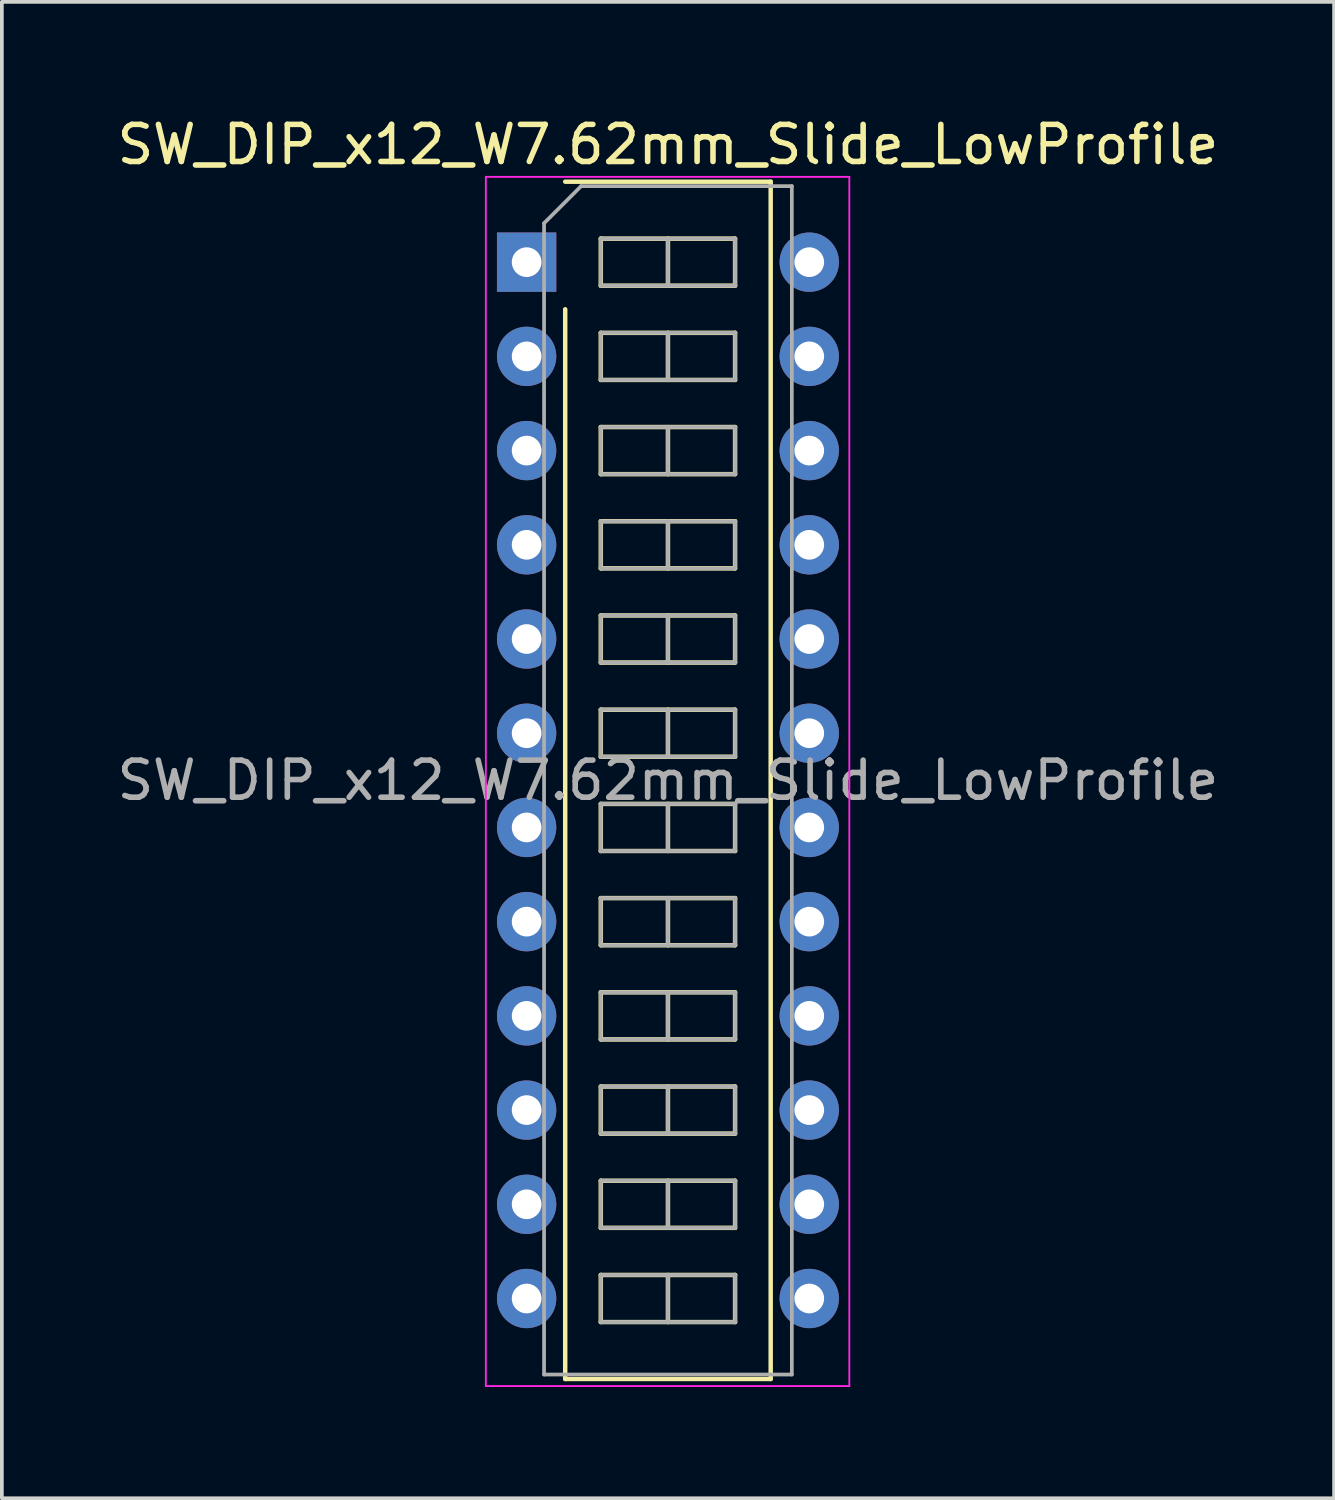
<source format=kicad_pcb>
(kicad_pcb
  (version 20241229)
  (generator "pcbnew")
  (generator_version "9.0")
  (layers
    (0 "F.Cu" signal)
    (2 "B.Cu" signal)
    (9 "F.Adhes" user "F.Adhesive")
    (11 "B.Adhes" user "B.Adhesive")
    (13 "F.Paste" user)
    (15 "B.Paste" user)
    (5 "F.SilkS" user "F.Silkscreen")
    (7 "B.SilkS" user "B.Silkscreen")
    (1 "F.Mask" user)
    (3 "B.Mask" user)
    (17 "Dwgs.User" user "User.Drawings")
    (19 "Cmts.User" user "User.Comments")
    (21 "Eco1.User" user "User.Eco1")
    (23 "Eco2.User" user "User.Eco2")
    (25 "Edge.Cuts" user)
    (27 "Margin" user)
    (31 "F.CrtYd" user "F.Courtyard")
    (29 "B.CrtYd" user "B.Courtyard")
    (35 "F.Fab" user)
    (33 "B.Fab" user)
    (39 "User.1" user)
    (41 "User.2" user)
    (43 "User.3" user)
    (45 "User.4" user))
  (footprint "SW_DIP_x12_W7.62mm_Slide_LowProfile"
    (layer "F.Cu")
    (at 11.148 4.018)
    (property "Reference" "SW_DIP_x12_W7.62mm_Slide_LowProfile" (at 3.81 -3.17 0) (layer "F.SilkS") (effects (font (size 1 1) (thickness 0.15))))
    (attr through_hole)
    (fp_line (start 1.04 -2.17) (end 6.58 -2.17) (stroke (width 0.12) (type solid)) (layer "F.SilkS"))
    (fp_line (start 1.04 30.11) (end 1.04 1.27) (stroke (width 0.12) (type solid)) (layer "F.SilkS"))
    (fp_line (start 2 -0.635) (end 2 0.635) (stroke (width 0.12) (type solid)) (layer "F.SilkS"))
    (fp_line (start 2 0.635) (end 5.62 0.635) (stroke (width 0.12) (type solid)) (layer "F.SilkS"))
    (fp_line (start 2 1.905) (end 2 3.175) (stroke (width 0.12) (type solid)) (layer "F.SilkS"))
    (fp_line (start 2 3.175) (end 5.62 3.175) (stroke (width 0.12) (type solid)) (layer "F.SilkS"))
    (fp_line (start 2 4.445) (end 2 5.715) (stroke (width 0.12) (type solid)) (layer "F.SilkS"))
    (fp_line (start 2 5.715) (end 5.62 5.715) (stroke (width 0.12) (type solid)) (layer "F.SilkS"))
    (fp_line (start 2 6.985) (end 2 8.255) (stroke (width 0.12) (type solid)) (layer "F.SilkS"))
    (fp_line (start 2 8.255) (end 5.62 8.255) (stroke (width 0.12) (type solid)) (layer "F.SilkS"))
    (fp_line (start 2 9.525) (end 2 10.795) (stroke (width 0.12) (type solid)) (layer "F.SilkS"))
    (fp_line (start 2 10.795) (end 5.62 10.795) (stroke (width 0.12) (type solid)) (layer "F.SilkS"))
    (fp_line (start 2 12.065) (end 2 13.335) (stroke (width 0.12) (type solid)) (layer "F.SilkS"))
    (fp_line (start 2 13.335) (end 5.62 13.335) (stroke (width 0.12) (type solid)) (layer "F.SilkS"))
    (fp_line (start 2 14.605) (end 2 15.875) (stroke (width 0.12) (type solid)) (layer "F.SilkS"))
    (fp_line (start 2 15.875) (end 5.62 15.875) (stroke (width 0.12) (type solid)) (layer "F.SilkS"))
    (fp_line (start 2 17.145) (end 2 18.415) (stroke (width 0.12) (type solid)) (layer "F.SilkS"))
    (fp_line (start 2 18.415) (end 5.62 18.415) (stroke (width 0.12) (type solid)) (layer "F.SilkS"))
    (fp_line (start 2 19.685) (end 2 20.955) (stroke (width 0.12) (type solid)) (layer "F.SilkS"))
    (fp_line (start 2 20.955) (end 5.62 20.955) (stroke (width 0.12) (type solid)) (layer "F.SilkS"))
    (fp_line (start 2 22.225) (end 2 23.495) (stroke (width 0.12) (type solid)) (layer "F.SilkS"))
    (fp_line (start 2 23.495) (end 5.62 23.495) (stroke (width 0.12) (type solid)) (layer "F.SilkS"))
    (fp_line (start 2 24.765) (end 2 26.035) (stroke (width 0.12) (type solid)) (layer "F.SilkS"))
    (fp_line (start 2 26.035) (end 5.62 26.035) (stroke (width 0.12) (type solid)) (layer "F.SilkS"))
    (fp_line (start 2 27.305) (end 2 28.575) (stroke (width 0.12) (type solid)) (layer "F.SilkS"))
    (fp_line (start 2 28.575) (end 5.62 28.575) (stroke (width 0.12) (type solid)) (layer "F.SilkS"))
    (fp_line (start 3.81 -0.635) (end 3.81 0.635) (stroke (width 0.12) (type solid)) (layer "F.SilkS"))
    (fp_line (start 3.81 1.905) (end 3.81 3.175) (stroke (width 0.12) (type solid)) (layer "F.SilkS"))
    (fp_line (start 3.81 4.445) (end 3.81 5.715) (stroke (width 0.12) (type solid)) (layer "F.SilkS"))
    (fp_line (start 3.81 6.985) (end 3.81 8.255) (stroke (width 0.12) (type solid)) (layer "F.SilkS"))
    (fp_line (start 3.81 9.525) (end 3.81 10.795) (stroke (width 0.12) (type solid)) (layer "F.SilkS"))
    (fp_line (start 3.81 12.065) (end 3.81 13.335) (stroke (width 0.12) (type solid)) (layer "F.SilkS"))
    (fp_line (start 3.81 14.605) (end 3.81 15.875) (stroke (width 0.12) (type solid)) (layer "F.SilkS"))
    (fp_line (start 3.81 17.145) (end 3.81 18.415) (stroke (width 0.12) (type solid)) (layer "F.SilkS"))
    (fp_line (start 3.81 19.685) (end 3.81 20.955) (stroke (width 0.12) (type solid)) (layer "F.SilkS"))
    (fp_line (start 3.81 22.225) (end 3.81 23.495) (stroke (width 0.12) (type solid)) (layer "F.SilkS"))
    (fp_line (start 3.81 24.765) (end 3.81 26.035) (stroke (width 0.12) (type solid)) (layer "F.SilkS"))
    (fp_line (start 3.81 27.305) (end 3.81 28.575) (stroke (width 0.12) (type solid)) (layer "F.SilkS"))
    (fp_line (start 5.62 -0.635) (end 2 -0.635) (stroke (width 0.12) (type solid)) (layer "F.SilkS"))
    (fp_line (start 5.62 0.635) (end 5.62 -0.635) (stroke (width 0.12) (type solid)) (layer "F.SilkS"))
    (fp_line (start 5.62 1.905) (end 2 1.905) (stroke (width 0.12) (type solid)) (layer "F.SilkS"))
    (fp_line (start 5.62 3.175) (end 5.62 1.905) (stroke (width 0.12) (type solid)) (layer "F.SilkS"))
    (fp_line (start 5.62 4.445) (end 2 4.445) (stroke (width 0.12) (type solid)) (layer "F.SilkS"))
    (fp_line (start 5.62 5.715) (end 5.62 4.445) (stroke (width 0.12) (type solid)) (layer "F.SilkS"))
    (fp_line (start 5.62 6.985) (end 2 6.985) (stroke (width 0.12) (type solid)) (layer "F.SilkS"))
    (fp_line (start 5.62 8.255) (end 5.62 6.985) (stroke (width 0.12) (type solid)) (layer "F.SilkS"))
    (fp_line (start 5.62 9.525) (end 2 9.525) (stroke (width 0.12) (type solid)) (layer "F.SilkS"))
    (fp_line (start 5.62 10.795) (end 5.62 9.525) (stroke (width 0.12) (type solid)) (layer "F.SilkS"))
    (fp_line (start 5.62 12.065) (end 2 12.065) (stroke (width 0.12) (type solid)) (layer "F.SilkS"))
    (fp_line (start 5.62 13.335) (end 5.62 12.065) (stroke (width 0.12) (type solid)) (layer "F.SilkS"))
    (fp_line (start 5.62 14.605) (end 2 14.605) (stroke (width 0.12) (type solid)) (layer "F.SilkS"))
    (fp_line (start 5.62 15.875) (end 5.62 14.605) (stroke (width 0.12) (type solid)) (layer "F.SilkS"))
    (fp_line (start 5.62 17.145) (end 2 17.145) (stroke (width 0.12) (type solid)) (layer "F.SilkS"))
    (fp_line (start 5.62 18.415) (end 5.62 17.145) (stroke (width 0.12) (type solid)) (layer "F.SilkS"))
    (fp_line (start 5.62 19.685) (end 2 19.685) (stroke (width 0.12) (type solid)) (layer "F.SilkS"))
    (fp_line (start 5.62 20.955) (end 5.62 19.685) (stroke (width 0.12) (type solid)) (layer "F.SilkS"))
    (fp_line (start 5.62 22.225) (end 2 22.225) (stroke (width 0.12) (type solid)) (layer "F.SilkS"))
    (fp_line (start 5.62 23.495) (end 5.62 22.225) (stroke (width 0.12) (type solid)) (layer "F.SilkS"))
    (fp_line (start 5.62 24.765) (end 2 24.765) (stroke (width 0.12) (type solid)) (layer "F.SilkS"))
    (fp_line (start 5.62 26.035) (end 5.62 24.765) (stroke (width 0.12) (type solid)) (layer "F.SilkS"))
    (fp_line (start 5.62 27.305) (end 2 27.305) (stroke (width 0.12) (type solid)) (layer "F.SilkS"))
    (fp_line (start 5.62 28.575) (end 5.62 27.305) (stroke (width 0.12) (type solid)) (layer "F.SilkS"))
    (fp_line (start 6.58 -2.17) (end 6.58 30.11) (stroke (width 0.12) (type solid)) (layer "F.SilkS"))
    (fp_line (start 6.58 30.11) (end 1.04 30.11) (stroke (width 0.12) (type solid)) (layer "F.SilkS"))
    (fp_line (start -1.1 -2.3) (end -1.1 30.3) (stroke (width 0.05) (type solid)) (layer "F.CrtYd"))
    (fp_line (start -1.1 30.3) (end 8.7 30.3) (stroke (width 0.05) (type solid)) (layer "F.CrtYd"))
    (fp_line (start 8.7 -2.3) (end -1.1 -2.3) (stroke (width 0.05) (type solid)) (layer "F.CrtYd"))
    (fp_line (start 8.7 30.3) (end 8.7 -2.3) (stroke (width 0.05) (type solid)) (layer "F.CrtYd"))
    (fp_line (start 0.47 -1.05) (end 1.47 -2.05) (stroke (width 0.1) (type solid)) (layer "F.Fab"))
    (fp_line (start 0.47 29.99) (end 0.47 -1.05) (stroke (width 0.1) (type solid)) (layer "F.Fab"))
    (fp_line (start 1.47 -2.05) (end 7.15 -2.05) (stroke (width 0.1) (type solid)) (layer "F.Fab"))
    (fp_line (start 2 -0.635) (end 2 0.635) (stroke (width 0.1) (type solid)) (layer "F.Fab"))
    (fp_line (start 2 0.635) (end 5.62 0.635) (stroke (width 0.1) (type solid)) (layer "F.Fab"))
    (fp_line (start 2 1.905) (end 2 3.175) (stroke (width 0.1) (type solid)) (layer "F.Fab"))
    (fp_line (start 2 3.175) (end 5.62 3.175) (stroke (width 0.1) (type solid)) (layer "F.Fab"))
    (fp_line (start 2 4.445) (end 2 5.715) (stroke (width 0.1) (type solid)) (layer "F.Fab"))
    (fp_line (start 2 5.715) (end 5.62 5.715) (stroke (width 0.1) (type solid)) (layer "F.Fab"))
    (fp_line (start 2 6.985) (end 2 8.255) (stroke (width 0.1) (type solid)) (layer "F.Fab"))
    (fp_line (start 2 8.255) (end 5.62 8.255) (stroke (width 0.1) (type solid)) (layer "F.Fab"))
    (fp_line (start 2 9.525) (end 2 10.795) (stroke (width 0.1) (type solid)) (layer "F.Fab"))
    (fp_line (start 2 10.795) (end 5.62 10.795) (stroke (width 0.1) (type solid)) (layer "F.Fab"))
    (fp_line (start 2 12.065) (end 2 13.335) (stroke (width 0.1) (type solid)) (layer "F.Fab"))
    (fp_line (start 2 13.335) (end 5.62 13.335) (stroke (width 0.1) (type solid)) (layer "F.Fab"))
    (fp_line (start 2 14.605) (end 2 15.875) (stroke (width 0.1) (type solid)) (layer "F.Fab"))
    (fp_line (start 2 15.875) (end 5.62 15.875) (stroke (width 0.1) (type solid)) (layer "F.Fab"))
    (fp_line (start 2 17.145) (end 2 18.415) (stroke (width 0.1) (type solid)) (layer "F.Fab"))
    (fp_line (start 2 18.415) (end 5.62 18.415) (stroke (width 0.1) (type solid)) (layer "F.Fab"))
    (fp_line (start 2 19.685) (end 2 20.955) (stroke (width 0.1) (type solid)) (layer "F.Fab"))
    (fp_line (start 2 20.955) (end 5.62 20.955) (stroke (width 0.1) (type solid)) (layer "F.Fab"))
    (fp_line (start 2 22.225) (end 2 23.495) (stroke (width 0.1) (type solid)) (layer "F.Fab"))
    (fp_line (start 2 23.495) (end 5.62 23.495) (stroke (width 0.1) (type solid)) (layer "F.Fab"))
    (fp_line (start 2 24.765) (end 2 26.035) (stroke (width 0.1) (type solid)) (layer "F.Fab"))
    (fp_line (start 2 26.035) (end 5.62 26.035) (stroke (width 0.1) (type solid)) (layer "F.Fab"))
    (fp_line (start 2 27.305) (end 2 28.575) (stroke (width 0.1) (type solid)) (layer "F.Fab"))
    (fp_line (start 2 28.575) (end 5.62 28.575) (stroke (width 0.1) (type solid)) (layer "F.Fab"))
    (fp_line (start 3.81 -0.635) (end 3.81 0.635) (stroke (width 0.1) (type solid)) (layer "F.Fab"))
    (fp_line (start 3.81 1.905) (end 3.81 3.175) (stroke (width 0.1) (type solid)) (layer "F.Fab"))
    (fp_line (start 3.81 4.445) (end 3.81 5.715) (stroke (width 0.1) (type solid)) (layer "F.Fab"))
    (fp_line (start 3.81 6.985) (end 3.81 8.255) (stroke (width 0.1) (type solid)) (layer "F.Fab"))
    (fp_line (start 3.81 9.525) (end 3.81 10.795) (stroke (width 0.1) (type solid)) (layer "F.Fab"))
    (fp_line (start 3.81 12.065) (end 3.81 13.335) (stroke (width 0.1) (type solid)) (layer "F.Fab"))
    (fp_line (start 3.81 14.605) (end 3.81 15.875) (stroke (width 0.1) (type solid)) (layer "F.Fab"))
    (fp_line (start 3.81 17.145) (end 3.81 18.415) (stroke (width 0.1) (type solid)) (layer "F.Fab"))
    (fp_line (start 3.81 19.685) (end 3.81 20.955) (stroke (width 0.1) (type solid)) (layer "F.Fab"))
    (fp_line (start 3.81 22.225) (end 3.81 23.495) (stroke (width 0.1) (type solid)) (layer "F.Fab"))
    (fp_line (start 3.81 24.765) (end 3.81 26.035) (stroke (width 0.1) (type solid)) (layer "F.Fab"))
    (fp_line (start 3.81 27.305) (end 3.81 28.575) (stroke (width 0.1) (type solid)) (layer "F.Fab"))
    (fp_line (start 5.62 -0.635) (end 2 -0.635) (stroke (width 0.1) (type solid)) (layer "F.Fab"))
    (fp_line (start 5.62 0.635) (end 5.62 -0.635) (stroke (width 0.1) (type solid)) (layer "F.Fab"))
    (fp_line (start 5.62 1.905) (end 2 1.905) (stroke (width 0.1) (type solid)) (layer "F.Fab"))
    (fp_line (start 5.62 3.175) (end 5.62 1.905) (stroke (width 0.1) (type solid)) (layer "F.Fab"))
    (fp_line (start 5.62 4.445) (end 2 4.445) (stroke (width 0.1) (type solid)) (layer "F.Fab"))
    (fp_line (start 5.62 5.715) (end 5.62 4.445) (stroke (width 0.1) (type solid)) (layer "F.Fab"))
    (fp_line (start 5.62 6.985) (end 2 6.985) (stroke (width 0.1) (type solid)) (layer "F.Fab"))
    (fp_line (start 5.62 8.255) (end 5.62 6.985) (stroke (width 0.1) (type solid)) (layer "F.Fab"))
    (fp_line (start 5.62 9.525) (end 2 9.525) (stroke (width 0.1) (type solid)) (layer "F.Fab"))
    (fp_line (start 5.62 10.795) (end 5.62 9.525) (stroke (width 0.1) (type solid)) (layer "F.Fab"))
    (fp_line (start 5.62 12.065) (end 2 12.065) (stroke (width 0.1) (type solid)) (layer "F.Fab"))
    (fp_line (start 5.62 13.335) (end 5.62 12.065) (stroke (width 0.1) (type solid)) (layer "F.Fab"))
    (fp_line (start 5.62 14.605) (end 2 14.605) (stroke (width 0.1) (type solid)) (layer "F.Fab"))
    (fp_line (start 5.62 15.875) (end 5.62 14.605) (stroke (width 0.1) (type solid)) (layer "F.Fab"))
    (fp_line (start 5.62 17.145) (end 2 17.145) (stroke (width 0.1) (type solid)) (layer "F.Fab"))
    (fp_line (start 5.62 18.415) (end 5.62 17.145) (stroke (width 0.1) (type solid)) (layer "F.Fab"))
    (fp_line (start 5.62 19.685) (end 2 19.685) (stroke (width 0.1) (type solid)) (layer "F.Fab"))
    (fp_line (start 5.62 20.955) (end 5.62 19.685) (stroke (width 0.1) (type solid)) (layer "F.Fab"))
    (fp_line (start 5.62 22.225) (end 2 22.225) (stroke (width 0.1) (type solid)) (layer "F.Fab"))
    (fp_line (start 5.62 23.495) (end 5.62 22.225) (stroke (width 0.1) (type solid)) (layer "F.Fab"))
    (fp_line (start 5.62 24.765) (end 2 24.765) (stroke (width 0.1) (type solid)) (layer "F.Fab"))
    (fp_line (start 5.62 26.035) (end 5.62 24.765) (stroke (width 0.1) (type solid)) (layer "F.Fab"))
    (fp_line (start 5.62 27.305) (end 2 27.305) (stroke (width 0.1) (type solid)) (layer "F.Fab"))
    (fp_line (start 5.62 28.575) (end 5.62 27.305) (stroke (width 0.1) (type solid)) (layer "F.Fab"))
    (fp_line (start 7.15 -2.05) (end 7.15 29.99) (stroke (width 0.1) (type solid)) (layer "F.Fab"))
    (fp_line (start 7.15 29.99) (end 0.47 29.99) (stroke (width 0.1) (type solid)) (layer "F.Fab"))
    (fp_text user "${REFERENCE}" (at 3.81 13.97 0) (layer "F.Fab") (effects (font (size 1 1) (thickness 0.15))))
    (pad "1" thru_hole rect (at 0 0) (size 1.6 1.6) (drill 0.8) (layers "*.Cu" "*.Mask"))
    (pad "2" thru_hole oval (at 0 2.54) (size 1.6 1.6) (drill 0.8) (layers "*.Cu" "*.Mask"))
    (pad "3" thru_hole oval (at 0 5.08) (size 1.6 1.6) (drill 0.8) (layers "*.Cu" "*.Mask"))
    (pad "4" thru_hole oval (at 0 7.62) (size 1.6 1.6) (drill 0.8) (layers "*.Cu" "*.Mask"))
    (pad "5" thru_hole oval (at 0 10.16) (size 1.6 1.6) (drill 0.8) (layers "*.Cu" "*.Mask"))
    (pad "6" thru_hole oval (at 0 12.7) (size 1.6 1.6) (drill 0.8) (layers "*.Cu" "*.Mask"))
    (pad "7" thru_hole oval (at 0 15.24) (size 1.6 1.6) (drill 0.8) (layers "*.Cu" "*.Mask"))
    (pad "8" thru_hole oval (at 0 17.78) (size 1.6 1.6) (drill 0.8) (layers "*.Cu" "*.Mask"))
    (pad "9" thru_hole oval (at 0 20.32) (size 1.6 1.6) (drill 0.8) (layers "*.Cu" "*.Mask"))
    (pad "10" thru_hole oval (at 0 22.86) (size 1.6 1.6) (drill 0.8) (layers "*.Cu" "*.Mask"))
    (pad "11" thru_hole oval (at 0 25.4) (size 1.6 1.6) (drill 0.8) (layers "*.Cu" "*.Mask"))
    (pad "12" thru_hole oval (at 0 27.94) (size 1.6 1.6) (drill 0.8) (layers "*.Cu" "*.Mask"))
    (pad "13" thru_hole oval (at 7.62 27.94) (size 1.6 1.6) (drill 0.8) (layers "*.Cu" "*.Mask"))
    (pad "14" thru_hole oval (at 7.62 25.4) (size 1.6 1.6) (drill 0.8) (layers "*.Cu" "*.Mask"))
    (pad "15" thru_hole oval (at 7.62 22.86) (size 1.6 1.6) (drill 0.8) (layers "*.Cu" "*.Mask"))
    (pad "16" thru_hole oval (at 7.62 20.32) (size 1.6 1.6) (drill 0.8) (layers "*.Cu" "*.Mask"))
    (pad "17" thru_hole oval (at 7.62 17.78) (size 1.6 1.6) (drill 0.8) (layers "*.Cu" "*.Mask"))
    (pad "18" thru_hole oval (at 7.62 15.24) (size 1.6 1.6) (drill 0.8) (layers "*.Cu" "*.Mask"))
    (pad "19" thru_hole oval (at 7.62 12.7) (size 1.6 1.6) (drill 0.8) (layers "*.Cu" "*.Mask"))
    (pad "20" thru_hole oval (at 7.62 10.16) (size 1.6 1.6) (drill 0.8) (layers "*.Cu" "*.Mask"))
    (pad "21" thru_hole oval (at 7.62 7.62) (size 1.6 1.6) (drill 0.8) (layers "*.Cu" "*.Mask"))
    (pad "22" thru_hole oval (at 7.62 5.08) (size 1.6 1.6) (drill 0.8) (layers "*.Cu" "*.Mask"))
    (pad "23" thru_hole oval (at 7.62 2.54) (size 1.6 1.6) (drill 0.8) (layers "*.Cu" "*.Mask"))
    (pad "24" thru_hole oval (at 7.62 0) (size 1.6 1.6) (drill 0.8) (layers "*.Cu" "*.Mask")))
  (gr_rect
    (start -3 -3)
    (end 32.917 37.343)
    (stroke (width 0.1) (type default))
    (fill no)
    (layer "Edge.Cuts")))
</source>
